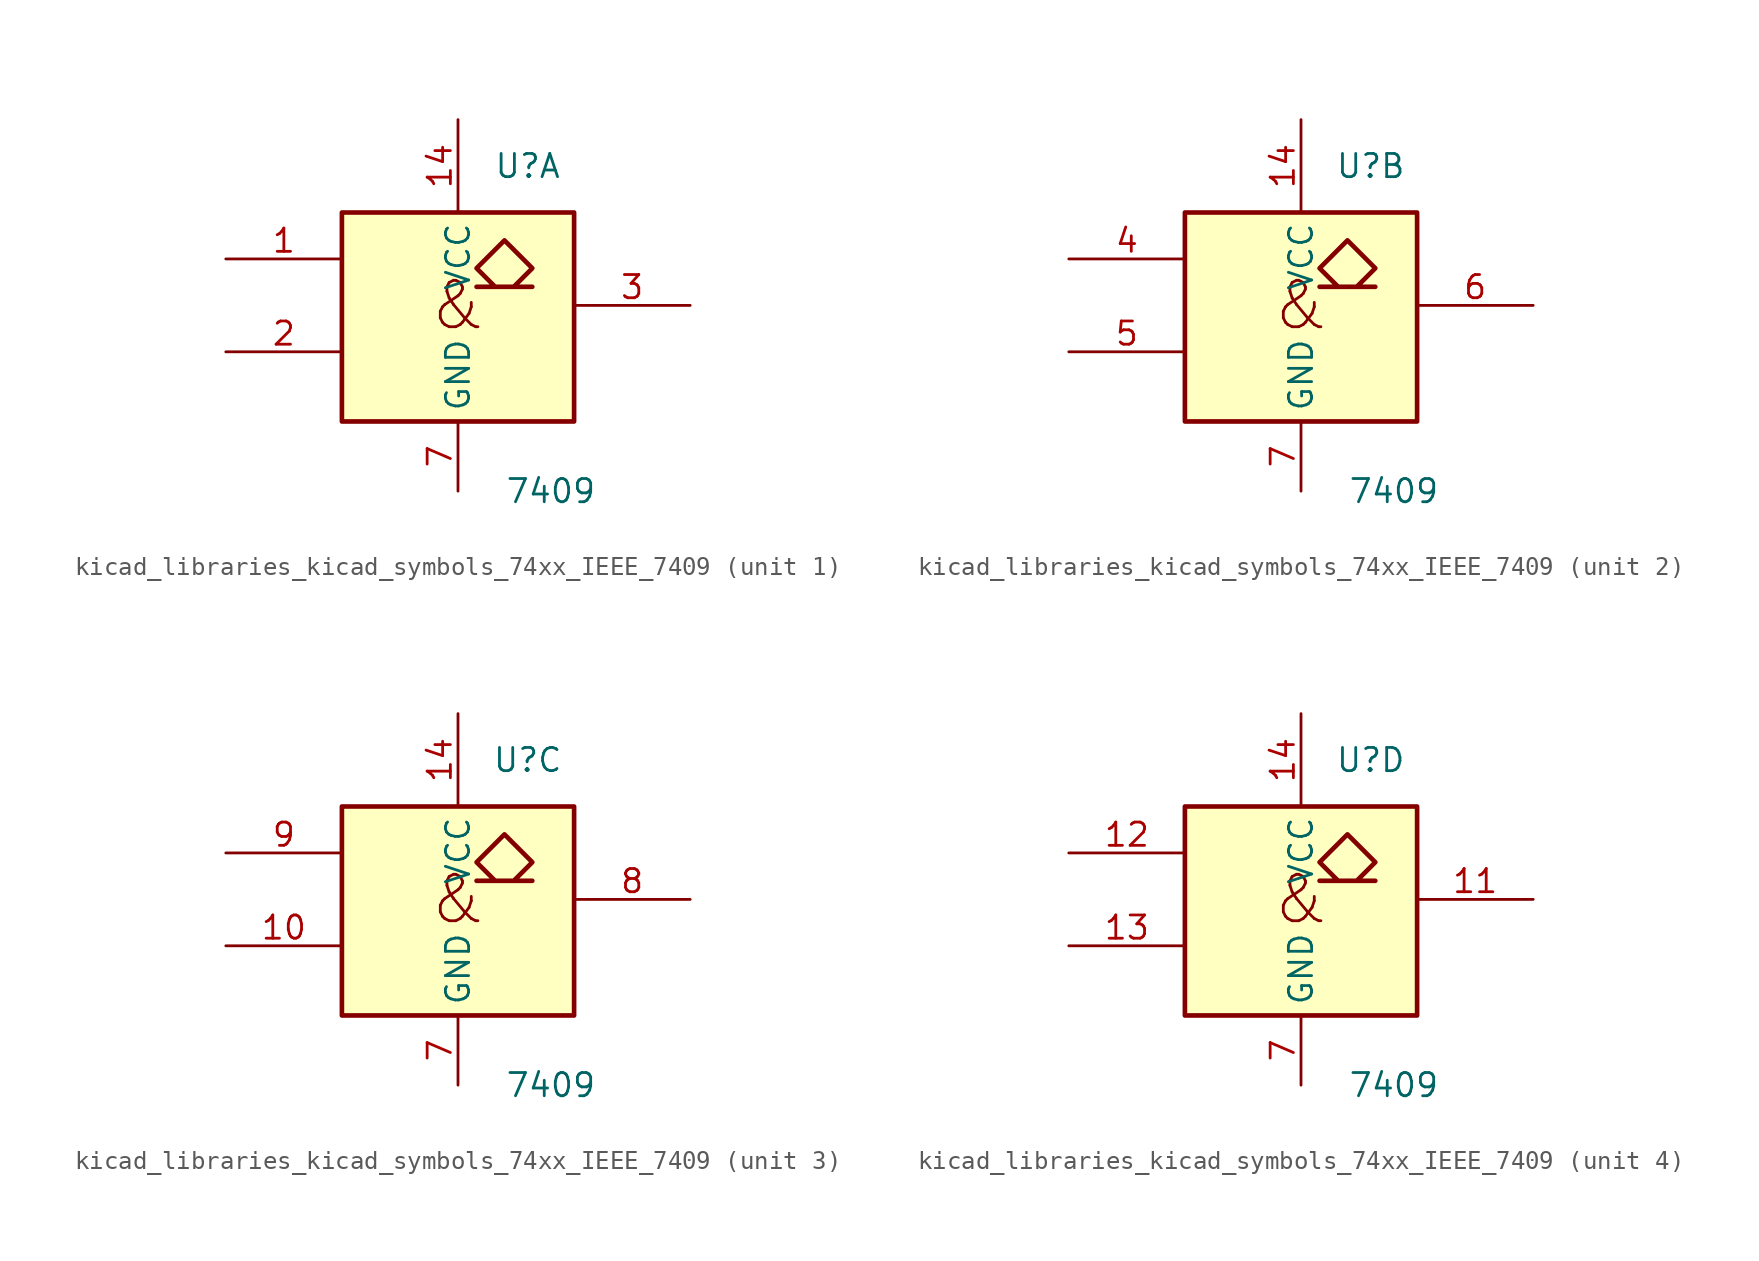
<source format=kicad_sym>
(kicad_symbol_lib
  (version 20220914)
  (generator kicad_symbol_editor)
  (symbol "kicad_libraries_kicad_symbols_74xx_IEEE_7409"
    (property "Reference" "U"
      (at 3.81 7.62 0)
      (effects (font (size 1.27 1.27))))
    (property "Value" "7409"
      (at 5.08 -10.16 0)
      (effects (font (size 1.27 1.27))))
    (symbol "kicad_libraries_kicad_symbols_74xx_IEEE_7409_0_1"
      (rectangle (start -6.35 5.08) (end 6.35 -6.35) (stroke (width 0.254) (type default)) (fill (type background)))
      (polyline (pts (xy 1.016 2.032) (xy 2.032 1.016) (xy 1.016 2.032) (xy 2.54 3.556) (xy 4.064 2.032) (xy 3.048 1.016) (xy 4.064 1.016) (xy 1.016 1.016) (xy 1.016 1.016)) (stroke (width 0.254) (type default)) (fill (type background)))
      (text "&" (at 0 0 0) (effects (font (size 2.54 2.54))))
      (pin power_in line (at 0 10.16 270) (length 5.08) (name "VCC" (effects (font (size 1.27 1.27)))) (number "14" (effects (font (size 1.27 1.27)))))
      (pin power_in line (at 0 -10.16 90) (length 3.81) (name "GND" (effects (font (size 1.27 1.27)))) (number "7" (effects (font (size 1.27 1.27))))))
    (symbol "kicad_libraries_kicad_symbols_74xx_IEEE_7409_1_1"
      (pin input line (at -12.7 2.54 0) (length 6.35) (name "~" (effects (font (size 1.27 1.27)))) (number "1" (effects (font (size 1.27 1.27)))))
      (pin input line (at -12.7 -2.54 0) (length 6.35) (name "~" (effects (font (size 1.27 1.27)))) (number "2" (effects (font (size 1.27 1.27)))))
      (pin open_collector line (at 12.7 0 180) (length 6.35) (name "~" (effects (font (size 1.27 1.27)))) (number "3" (effects (font (size 1.27 1.27))))))
    (symbol "kicad_libraries_kicad_symbols_74xx_IEEE_7409_2_1"
      (pin input line (at -12.7 2.54 0) (length 6.35) (name "~" (effects (font (size 1.27 1.27)))) (number "4" (effects (font (size 1.27 1.27)))))
      (pin input line (at -12.7 -2.54 0) (length 6.35) (name "~" (effects (font (size 1.27 1.27)))) (number "5" (effects (font (size 1.27 1.27)))))
      (pin open_collector line (at 12.7 0 180) (length 6.35) (name "~" (effects (font (size 1.27 1.27)))) (number "6" (effects (font (size 1.27 1.27))))))
    (symbol "kicad_libraries_kicad_symbols_74xx_IEEE_7409_3_1"
      (pin input line (at -12.7 -2.54 0) (length 6.35) (name "~" (effects (font (size 1.27 1.27)))) (number "10" (effects (font (size 1.27 1.27)))))
      (pin open_collector line (at 12.7 0 180) (length 6.35) (name "~" (effects (font (size 1.27 1.27)))) (number "8" (effects (font (size 1.27 1.27)))))
      (pin input line (at -12.7 2.54 0) (length 6.35) (name "~" (effects (font (size 1.27 1.27)))) (number "9" (effects (font (size 1.27 1.27))))))
    (symbol "kicad_libraries_kicad_symbols_74xx_IEEE_7409_4_1"
      (pin open_collector line (at 12.7 0 180) (length 6.35) (name "~" (effects (font (size 1.27 1.27)))) (number "11" (effects (font (size 1.27 1.27)))))
      (pin input line (at -12.7 2.54 0) (length 6.35) (name "~" (effects (font (size 1.27 1.27)))) (number "12" (effects (font (size 1.27 1.27)))))
      (pin input line (at -12.7 -2.54 0) (length 6.35) (name "~" (effects (font (size 1.27 1.27)))) (number "13" (effects (font (size 1.27 1.27))))))))
</source>
